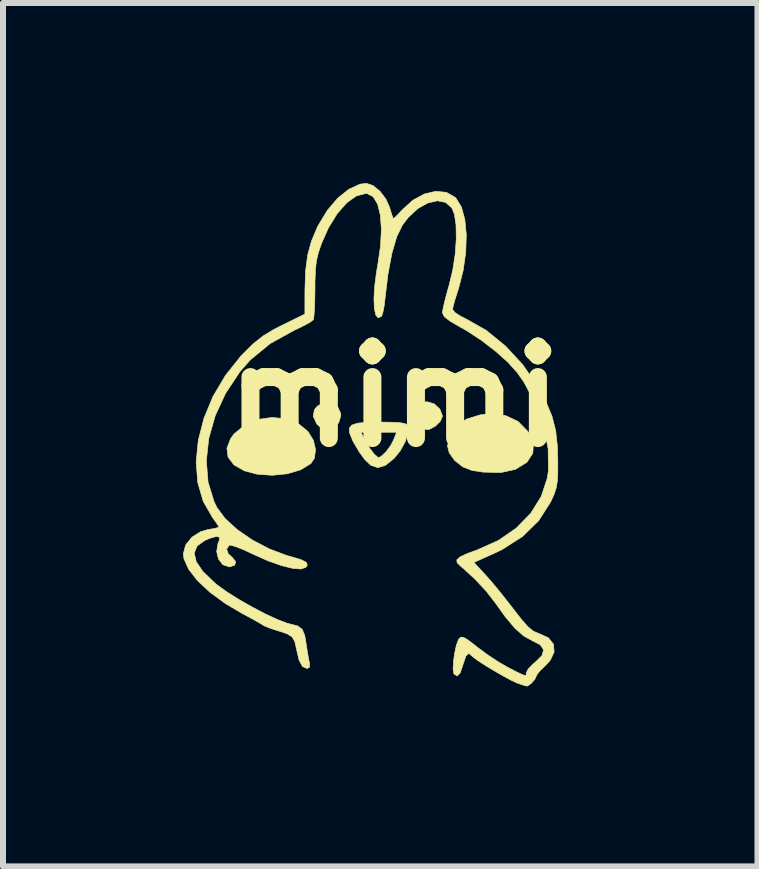
<source format=kicad_pcb>
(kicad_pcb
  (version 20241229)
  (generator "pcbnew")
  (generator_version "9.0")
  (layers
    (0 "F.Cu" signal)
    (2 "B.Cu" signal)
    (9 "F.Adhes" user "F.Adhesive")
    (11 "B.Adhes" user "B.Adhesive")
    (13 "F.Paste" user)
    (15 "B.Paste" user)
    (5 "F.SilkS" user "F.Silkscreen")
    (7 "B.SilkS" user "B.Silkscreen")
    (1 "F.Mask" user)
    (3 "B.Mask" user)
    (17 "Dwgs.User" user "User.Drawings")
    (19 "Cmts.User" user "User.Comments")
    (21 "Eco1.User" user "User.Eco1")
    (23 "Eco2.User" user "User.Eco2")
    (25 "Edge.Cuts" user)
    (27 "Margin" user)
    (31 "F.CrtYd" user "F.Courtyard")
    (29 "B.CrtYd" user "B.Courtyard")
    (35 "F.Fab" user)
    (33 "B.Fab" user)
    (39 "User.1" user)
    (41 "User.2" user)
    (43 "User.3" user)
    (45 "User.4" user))
  (footprint "mimi"
    (layer "F.Cu")
    (at 3.519 3.561)
    (property "Reference" "mimi" (at 0 0 0) (layer "F.SilkS") (effects (font (size 1.524 1.524) (thickness 0.3))))
    (attr through_hole)
    (fp_poly (pts (xy -1.04 0.1) (xy -0.943 0.165) (xy -0.892 0.277) (xy -0.889 0.314) (xy -0.923 0.433) (xy -1.006 0.512) (xy -1.115 0.543) (xy -1.224 0.516) (xy -1.289 0.456) (xy -1.349 0.326) (xy -1.329 0.216) (xy -1.277 0.155) (xy -1.16 0.094) (xy -1.04 0.1)) (stroke (width 0.01) (type solid)) (fill yes) (layer "F.SilkS"))
    (fp_poly (pts (xy 0.668 0.12) (xy 0.762 0.208) (xy 0.804 0.319) (xy 0.804 0.327) (xy 0.77 0.409) (xy 0.688 0.49) (xy 0.591 0.543) (xy 0.55 0.55) (xy 0.458 0.522) (xy 0.381 0.466) (xy 0.309 0.348) (xy 0.311 0.233) (xy 0.377 0.139) (xy 0.498 0.089) (xy 0.551 0.085) (xy 0.668 0.12)) (stroke (width 0.01) (type solid)) (fill yes) (layer "F.SilkS"))
    (fp_poly (pts (xy -1.802 0.37) (xy -1.591 0.454) (xy -1.437 0.58) (xy -1.346 0.727) (xy -1.31 0.884) (xy -1.33 1.027) (xy -1.388 1.114) (xy -1.559 1.219) (xy -1.782 1.285) (xy -2.033 1.31) (xy -2.287 1.291) (xy -2.497 1.235) (xy -2.67 1.136) (xy -2.768 1.008) (xy -2.787 0.859) (xy -2.725 0.698) (xy -2.666 0.619) (xy -2.486 0.471) (xy -2.268 0.379) (xy -2.034 0.346) (xy -1.802 0.37)) (stroke (width 0.01) (type solid)) (fill yes) (layer "F.SilkS"))
    (fp_poly (pts (xy 1.854 0.314) (xy 2.065 0.413) (xy 2.227 0.578) (xy 2.248 0.609) (xy 2.32 0.785) (xy 2.311 0.942) (xy 2.218 1.084) (xy 2.203 1.099) (xy 2.021 1.211) (xy 1.78 1.264) (xy 1.48 1.257) (xy 1.294 1.228) (xy 1.143 1.169) (xy 1.01 1.064) (xy 0.918 0.936) (xy 0.889 0.823) (xy 0.928 0.64) (xy 1.039 0.487) (xy 1.21 0.372) (xy 1.433 0.303) (xy 1.602 0.285) (xy 1.854 0.314)) (stroke (width 0.01) (type solid)) (fill yes) (layer "F.SilkS"))
    (fp_poly (pts (xy -0.024 0.426) (xy 0.112 0.435) (xy 0.191 0.453) (xy 0.225 0.481) (xy 0.226 0.484) (xy 0.231 0.597) (xy 0.187 0.744) (xy 0.103 0.899) (xy 0.000332 1.026) (xy -0.145 1.144) (xy -0.271 1.183) (xy -0.389 1.143) (xy -0.488 1.049) (xy -0.582 0.92) (xy -0.671 0.77) (xy -0.69 0.734) (xy -0.74 0.613) (xy -0.742 0.593) (xy -0.553 0.593) (xy -0.483 0.73) (xy -0.406 0.862) (xy -0.328 0.963) (xy -0.266 1.014) (xy -0.255 1.016) (xy -0.209 0.988) (xy -0.138 0.921) (xy -0.137 0.921) (xy -0.055 0.809) (xy -0.004 0.709) (xy 0.04 0.593) (xy -0.553 0.593) (xy -0.742 0.593) (xy -0.749 0.528) (xy -0.707 0.473) (xy -0.606 0.441) (xy -0.437 0.426) (xy -0.232 0.423) (xy -0.024 0.426)) (stroke (width 0.01) (type solid)) (fill yes) (layer "F.SilkS"))
    (fp_poly (pts (xy -0.355 -3.52) (xy -0.239 -3.426) (xy -0.139 -3.296) (xy -0.078 -3.161) (xy -0.045 -3.05) (xy -0.021 -2.98) (xy -0.016 -2.969) (xy 0.015 -2.989) (xy 0.083 -3.057) (xy 0.135 -3.114) (xy 0.311 -3.274) (xy 0.503 -3.378) (xy 0.695 -3.423) (xy 0.872 -3.405) (xy 1.017 -3.322) (xy 1.03 -3.309) (xy 1.121 -3.161) (xy 1.178 -2.951) (xy 1.202 -2.695) (xy 1.193 -2.407) (xy 1.15 -2.104) (xy 1.073 -1.802) (xy 1.053 -1.742) (xy 1.01 -1.606) (xy 0.981 -1.497) (xy 0.974 -1.453) (xy 1.009 -1.406) (xy 1.102 -1.344) (xy 1.196 -1.297) (xy 1.532 -1.107) (xy 1.853 -0.846) (xy 2.144 -0.532) (xy 2.383 -0.185) (xy 2.531 0.088) (xy 2.631 0.328) (xy 2.692 0.567) (xy 2.721 0.834) (xy 2.727 1.058) (xy 2.727 1.265) (xy 2.719 1.413) (xy 2.699 1.527) (xy 2.663 1.633) (xy 2.607 1.756) (xy 2.606 1.757) (xy 2.408 2.067) (xy 2.139 2.33) (xy 1.801 2.546) (xy 1.687 2.601) (xy 1.329 2.762) (xy 1.529 2.979) (xy 1.645 3.111) (xy 1.787 3.284) (xy 1.932 3.468) (xy 1.998 3.554) (xy 2.133 3.726) (xy 2.235 3.84) (xy 2.32 3.908) (xy 2.401 3.944) (xy 2.414 3.948) (xy 2.57 4.018) (xy 2.655 4.125) (xy 2.666 4.255) (xy 2.6 4.395) (xy 2.519 4.482) (xy 2.431 4.567) (xy 2.378 4.634) (xy 2.371 4.652) (xy 2.343 4.712) (xy 2.282 4.78) (xy 2.222 4.821) (xy 2.209 4.823) (xy 2.152 4.807) (xy 2.056 4.774) (xy 2.054 4.774) (xy 1.96 4.731) (xy 1.827 4.66) (xy 1.676 4.573) (xy 1.526 4.483) (xy 1.398 4.4) (xy 1.313 4.338) (xy 1.29 4.315) (xy 1.242 4.277) (xy 1.197 4.32) (xy 1.153 4.446) (xy 1.147 4.466) (xy 1.101 4.602) (xy 1.052 4.655) (xy 1.001 4.624) (xy 0.994 4.614) (xy 0.982 4.541) (xy 0.988 4.418) (xy 1.008 4.274) (xy 1.037 4.141) (xy 1.071 4.049) (xy 1.077 4.039) (xy 1.11 4.008) (xy 1.153 4.01) (xy 1.224 4.05) (xy 1.337 4.136) (xy 1.386 4.175) (xy 1.553 4.299) (xy 1.738 4.421) (xy 1.889 4.508) (xy 2.042 4.587) (xy 2.135 4.632) (xy 2.182 4.648) (xy 2.199 4.639) (xy 2.201 4.61) (xy 2.201 4.602) (xy 2.233 4.54) (xy 2.312 4.458) (xy 2.352 4.425) (xy 2.463 4.315) (xy 2.491 4.218) (xy 2.435 4.135) (xy 2.3 4.065) (xy 2.162 3.99) (xy 2.015 3.861) (xy 1.852 3.668) (xy 1.682 3.431) (xy 1.534 3.24) (xy 1.344 3.037) (xy 1.143 2.854) (xy 1.105 2.822) (xy 1.049 2.766) (xy 1.044 2.719) (xy 1.097 2.671) (xy 1.217 2.615) (xy 1.384 2.554) (xy 1.737 2.396) (xy 2.037 2.189) (xy 2.278 1.941) (xy 2.452 1.66) (xy 2.553 1.354) (xy 2.571 1.228) (xy 2.566 0.866) (xy 2.491 0.486) (xy 2.352 0.107) (xy 2.157 -0.251) (xy 2.05 -0.403) (xy 1.897 -0.573) (xy 1.69 -0.758) (xy 1.453 -0.94) (xy 1.211 -1.099) (xy 1.095 -1.164) (xy 0.929 -1.26) (xy 0.835 -1.335) (xy 0.804 -1.398) (xy 0.804 -1.399) (xy 0.816 -1.474) (xy 0.847 -1.608) (xy 0.892 -1.775) (xy 0.914 -1.851) (xy 0.976 -2.108) (xy 1.017 -2.374) (xy 1.035 -2.631) (xy 1.031 -2.86) (xy 1.004 -3.042) (xy 0.962 -3.145) (xy 0.858 -3.238) (xy 0.72 -3.265) (xy 0.562 -3.229) (xy 0.397 -3.137) (xy 0.238 -2.991) (xy 0.137 -2.859) (xy 0.043 -2.666) (xy -0.037 -2.393) (xy -0.103 -2.044) (xy -0.15 -1.651) (xy -0.168 -1.504) (xy -0.191 -1.391) (xy -0.211 -1.339) (xy -0.267 -1.314) (xy -0.307 -1.362) (xy -0.33 -1.472) (xy -0.337 -1.635) (xy -0.325 -1.838) (xy -0.295 -2.072) (xy -0.275 -2.187) (xy -0.228 -2.505) (xy -0.213 -2.788) (xy -0.23 -3.026) (xy -0.276 -3.21) (xy -0.35 -3.333) (xy -0.45 -3.385) (xy -0.471 -3.387) (xy -0.629 -3.346) (xy -0.791 -3.231) (xy -0.949 -3.051) (xy -1.095 -2.814) (xy -1.212 -2.551) (xy -1.262 -2.404) (xy -1.295 -2.267) (xy -1.312 -2.114) (xy -1.32 -1.917) (xy -1.32 -1.794) (xy -1.323 -1.601) (xy -1.33 -1.437) (xy -1.339 -1.324) (xy -1.349 -1.281) (xy -1.398 -1.243) (xy -1.504 -1.185) (xy -1.645 -1.116) (xy -1.67 -1.105) (xy -2.067 -0.885) (xy -2.396 -0.615) (xy -2.569 -0.419) (xy -2.808 -0.059) (xy -2.982 0.316) (xy -3.09 0.695) (xy -3.13 1.067) (xy -3.102 1.421) (xy -3.002 1.748) (xy -2.954 1.847) (xy -2.816 2.033) (xy -2.612 2.218) (xy -2.361 2.39) (xy -2.081 2.537) (xy -1.789 2.647) (xy -1.714 2.667) (xy -1.552 2.716) (xy -1.465 2.76) (xy -1.447 2.806) (xy -1.473 2.845) (xy -1.555 2.872) (xy -1.696 2.86) (xy -1.883 2.813) (xy -2.103 2.735) (xy -2.341 2.629) (xy -2.356 2.622) (xy -2.514 2.548) (xy -2.645 2.497) (xy -2.73 2.474) (xy -2.75 2.475) (xy -2.792 2.54) (xy -2.764 2.62) (xy -2.702 2.675) (xy -2.642 2.746) (xy -2.657 2.807) (xy -2.74 2.836) (xy -2.748 2.836) (xy -2.855 2.8) (xy -2.928 2.706) (xy -2.958 2.579) (xy -2.935 2.442) (xy -2.92 2.41) (xy -2.906 2.345) (xy -2.958 2.328) (xy -3.071 2.359) (xy -3.158 2.397) (xy -3.285 2.489) (xy -3.332 2.607) (xy -3.299 2.749) (xy -3.189 2.912) (xy -3 3.095) (xy -2.951 3.136) (xy -2.792 3.251) (xy -2.593 3.377) (xy -2.373 3.502) (xy -2.153 3.618) (xy -1.951 3.712) (xy -1.789 3.774) (xy -1.727 3.79) (xy -1.605 3.822) (xy -1.533 3.877) (xy -1.491 3.976) (xy -1.467 4.117) (xy -1.445 4.262) (xy -1.422 4.39) (xy -1.414 4.424) (xy -1.408 4.505) (xy -1.449 4.53) (xy -1.454 4.53) (xy -1.528 4.496) (xy -1.584 4.392) (xy -1.627 4.211) (xy -1.628 4.204) (xy -1.656 4.081) (xy -1.702 4.003) (xy -1.789 3.949) (xy -1.936 3.901) (xy -1.947 3.898) (xy -2.07 3.858) (xy -2.16 3.822) (xy -2.18 3.81) (xy -2.236 3.776) (xy -2.345 3.714) (xy -2.487 3.637) (xy -2.519 3.621) (xy -2.818 3.444) (xy -3.074 3.256) (xy -3.279 3.064) (xy -3.425 2.876) (xy -3.503 2.702) (xy -3.514 2.618) (xy -3.475 2.472) (xy -3.371 2.342) (xy -3.224 2.249) (xy -3.101 2.214) (xy -2.991 2.196) (xy -2.928 2.178) (xy -2.921 2.172) (xy -2.944 2.13) (xy -3.003 2.047) (xy -3.028 2.012) (xy -3.183 1.742) (xy -3.273 1.431) (xy -3.3 1.09) (xy -3.265 0.73) (xy -3.171 0.363) (xy -3.02 -0.002) (xy -2.813 -0.352) (xy -2.554 -0.677) (xy -2.526 -0.707) (xy -2.35 -0.881) (xy -2.186 -1.011) (xy -1.999 -1.124) (xy -1.863 -1.193) (xy -1.488 -1.376) (xy -1.487 -1.78) (xy -1.476 -2.098) (xy -1.442 -2.36) (xy -1.378 -2.593) (xy -1.28 -2.825) (xy -1.264 -2.857) (xy -1.115 -3.103) (xy -0.942 -3.307) (xy -0.757 -3.456) (xy -0.572 -3.541) (xy -0.464 -3.556) (xy -0.355 -3.52)) (stroke (width 0.01) (type solid)) (fill yes) (layer "F.SilkS")))
  (gr_rect
    (start -3 -3)
    (end 9.574 11.389)
    (stroke (width 0.1) (type default))
    (fill no)
    (layer "Edge.Cuts")))
</source>
